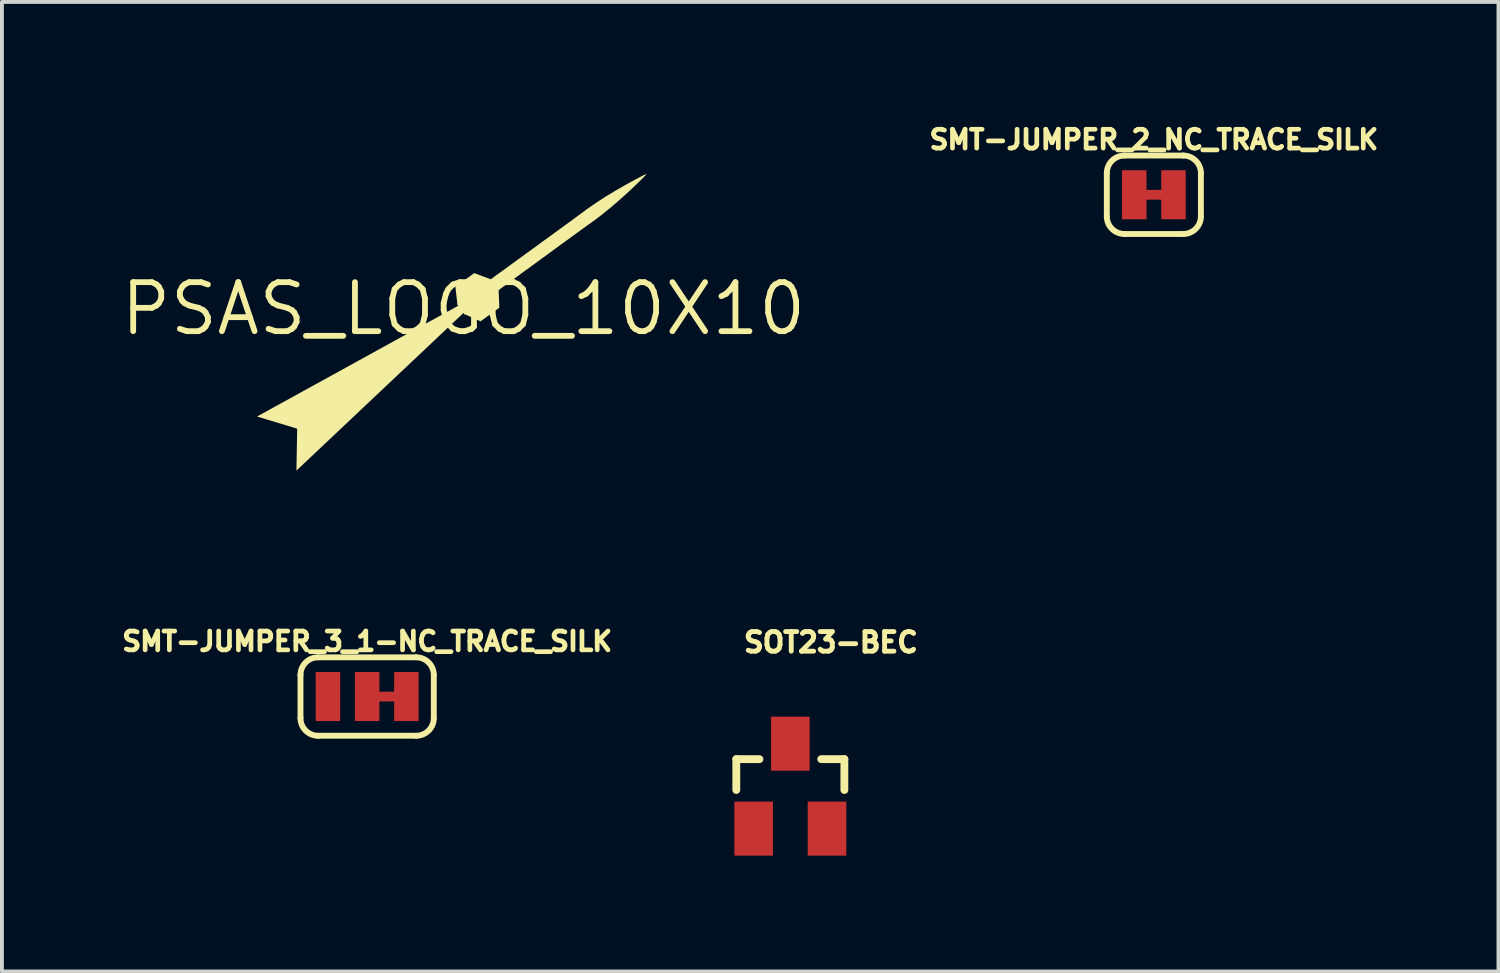
<source format=kicad_pcb>
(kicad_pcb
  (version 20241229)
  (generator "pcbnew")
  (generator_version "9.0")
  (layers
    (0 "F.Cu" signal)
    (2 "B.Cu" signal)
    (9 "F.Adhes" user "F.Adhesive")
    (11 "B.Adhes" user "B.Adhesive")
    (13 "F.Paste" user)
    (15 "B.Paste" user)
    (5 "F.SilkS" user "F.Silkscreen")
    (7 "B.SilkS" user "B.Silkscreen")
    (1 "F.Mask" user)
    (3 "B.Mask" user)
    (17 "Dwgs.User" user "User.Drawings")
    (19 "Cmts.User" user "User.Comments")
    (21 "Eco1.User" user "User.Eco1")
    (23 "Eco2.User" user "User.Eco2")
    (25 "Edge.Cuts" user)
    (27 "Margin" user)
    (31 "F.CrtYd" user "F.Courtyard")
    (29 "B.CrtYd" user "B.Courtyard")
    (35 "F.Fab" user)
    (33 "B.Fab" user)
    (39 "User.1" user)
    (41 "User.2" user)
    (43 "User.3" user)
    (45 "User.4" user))
  (footprint "SMT-JUMPER_2_NC_TRACE_SILK"
    (layer "F.Cu")
    (at 26.844 1.996)
    (property "Reference" "SMT-JUMPER_2_NC_TRACE_SILK" (at 0 -1.143 0) (layer "F.SilkS") (effects (font (size 0.488 0.488) (thickness 0.122)) (justify bottom)))
    (fp_line (start -0.508 0) (end 0.508 0) (stroke (width 0.254) (type solid)) (layer "F.Cu"))
    (fp_poly (pts (xy 0.254 0.191) (xy -0.254 0.191) (xy -0.254 -0.191) (xy 0.254 -0.191)) (stroke (width 0) (type solid)) (fill yes) (layer "F.Mask"))
    (fp_line (start -1.219 0.559) (end -1.219 -0.559) (stroke (width 0.152) (type solid)) (layer "F.SilkS"))
    (fp_line (start -0.762 -1.016) (end 0.762 -1.016) (stroke (width 0.152) (type solid)) (layer "F.SilkS"))
    (fp_line (start 0.762 1.016) (end -0.762 1.016) (stroke (width 0.152) (type solid)) (layer "F.SilkS"))
    (fp_line (start 1.219 0.559) (end 1.219 -0.559) (stroke (width 0.152) (type solid)) (layer "F.SilkS"))
    (fp_arc (start -1.2192 -0.5588) (mid -1.085289 -0.882089) (end -0.762 -1.016) (stroke (width 0.1524) (type solid)) (layer "F.SilkS"))
    (fp_arc (start -0.762 1.016) (mid -1.085289 0.882089) (end -1.2192 0.5588) (stroke (width 0.1524) (type solid)) (layer "F.SilkS"))
    (fp_arc (start 0.762 -1.016) (mid 1.085289 -0.882089) (end 1.2192 -0.5588) (stroke (width 0.1524) (type solid)) (layer "F.SilkS"))
    (fp_arc (start 1.2192 0.5588) (mid 1.085289 0.882089) (end 0.762 1.016) (stroke (width 0.1524) (type solid)) (layer "F.SilkS"))
    (pad "1" smd rect (at -0.508 0) (size 0.635 1.27) (layers "F.Cu" "F.Mask"))
    (pad "2" smd rect (at 0.508 0) (size 0.635 1.27) (layers "F.Cu" "F.Mask")))
  (footprint "SMT-JUMPER_3_1-NC_TRACE_SILK"
    (layer "F.Cu")
    (at 6.462 14.996)
    (property "Reference" "SMT-JUMPER_3_1-NC_TRACE_SILK" (at 0 -1.143 0) (layer "F.SilkS") (effects (font (size 0.488 0.488) (thickness 0.122)) (justify bottom)))
    (fp_line (start 0 0) (end 1.016 0) (stroke (width 0.254) (type solid)) (layer "F.Cu"))
    (fp_poly (pts (xy 0.762 0.191) (xy 0.254 0.191) (xy 0.254 -0.191) (xy 0.762 -0.191)) (stroke (width 0) (type solid)) (fill yes) (layer "F.Mask"))
    (fp_line (start -1.727 0.559) (end -1.727 -0.559) (stroke (width 0.152) (type solid)) (layer "F.SilkS"))
    (fp_line (start -1.27 -1.016) (end 1.27 -1.016) (stroke (width 0.152) (type solid)) (layer "F.SilkS"))
    (fp_line (start 1.27 1.016) (end -1.27 1.016) (stroke (width 0.152) (type solid)) (layer "F.SilkS"))
    (fp_line (start 1.727 0.559) (end 1.727 -0.559) (stroke (width 0.152) (type solid)) (layer "F.SilkS"))
    (fp_arc (start -1.7272 -0.5588) (mid -1.593289 -0.882089) (end -1.27 -1.016) (stroke (width 0.1524) (type solid)) (layer "F.SilkS"))
    (fp_arc (start -1.27 1.016) (mid -1.593289 0.882089) (end -1.7272 0.5588) (stroke (width 0.1524) (type solid)) (layer "F.SilkS"))
    (fp_arc (start 1.27 -1.016) (mid 1.593289 -0.882089) (end 1.7272 -0.5588) (stroke (width 0.1524) (type solid)) (layer "F.SilkS"))
    (fp_arc (start 1.7272 0.5588) (mid 1.593289 0.882089) (end 1.27 1.016) (stroke (width 0.1524) (type solid)) (layer "F.SilkS"))
    (pad "1" smd rect (at -1.016 0) (size 0.635 1.27) (layers "F.Cu" "F.Mask"))
    (pad "2" smd rect (at 0 0) (size 0.635 1.27) (layers "F.Cu" "F.Mask"))
    (pad "3" smd rect (at 1.016 0) (size 0.635 1.27) (layers "F.Cu" "F.Mask")))
  (footprint "PSAS_LOGO_10X10"
    (layer "F.Cu")
    (at 8.958 4.95)
    (property "Reference" "PSAS_LOGO_10X10" (at 0 0 0) (layer "F.SilkS") (effects (font (size 1.27 1.27) (thickness 0.15))))
    (fp_poly (pts (xy 1.001 0.896) (xy 0.518 0.896) (xy 0.518 1.303) (xy 1.001 1.303) (xy 1.001 1.682) (xy 0.518 1.682) (xy 0.518 2.231) (xy 0.141 2.231) (xy 0.141 0.837) (xy 0.169 0.734) (xy 0.245 0.621) (xy 0.358 0.545) (xy 0.462 0.517) (xy 1.001 0.517)) (stroke (width 0) (type solid)) (fill yes) (layer "F.Mask"))
    (fp_poly (pts (xy 1.637 0.545) (xy 1.751 0.621) (xy 1.827 0.734) (xy 1.856 0.837) (xy 1.856 2.231) (xy 1.474 2.231) (xy 1.474 1.682) (xy 0.991 1.682) (xy 0.991 1.303) (xy 1.474 1.303) (xy 1.474 0.896) (xy 0.991 0.896) (xy 0.991 0.517) (xy 1.533 0.517)) (stroke (width 0) (type solid)) (fill yes) (layer "F.Mask"))
    (fp_poly (pts (xy -3.865 0.52) (xy -3.363 0.52) (xy -3.363 0.896) (xy -3.851 0.896) (xy -3.851 1.291) (xy -3.363 1.291) (xy -3.363 1.672) (xy -3.851 1.672) (xy -3.851 2.231) (xy -4.228 2.231) (xy -4.228 0.901) (xy -4.23 0.864) (xy -4.205 0.75) (xy -4.129 0.628) (xy -4.011 0.548) (xy -3.901 0.519)) (stroke (width 0) (type solid)) (fill yes) (layer "F.Mask"))
    (fp_poly (pts (xy -2.729 0.548) (xy -2.615 0.624) (xy -2.538 0.737) (xy -2.51 0.84) (xy -2.51 1.35) (xy -2.538 1.453) (xy -2.615 1.566) (xy -2.729 1.642) (xy -2.833 1.67) (xy -2.867 1.67) (xy -3.369 1.672) (xy -3.369 1.291) (xy -2.891 1.291) (xy -2.891 0.896) (xy -3.369 0.896) (xy -3.369 0.52) (xy -2.833 0.52)) (stroke (width 0) (type solid)) (fill yes) (layer "F.Mask"))
    (fp_poly (pts (xy -0.598 0.545) (xy -0.485 0.621) (xy -0.409 0.734) (xy -0.38 0.837) (xy -0.38 1.036) (xy -0.762 1.036) (xy -0.762 0.896) (xy -1.718 0.896) (xy -1.718 1.185) (xy -0.701 1.185) (xy -0.598 1.212) (xy -0.485 1.288) (xy -0.409 1.401) (xy -0.38 1.505) (xy -0.38 1.911) (xy -0.409 2.015) (xy -0.485 2.128) (xy -0.598 2.204) (xy -0.701 2.231) (xy -1.774 2.231) (xy -1.878 2.204) (xy -1.991 2.128) (xy -2.067 2.015) (xy -2.095 1.911) (xy -2.095 1.712) (xy -1.718 1.712) (xy -1.718 1.852) (xy -0.762 1.852) (xy -0.762 1.564) (xy -1.774 1.564) (xy -1.878 1.536) (xy -1.991 1.46) (xy -2.067 1.347) (xy -2.095 1.243) (xy -2.095 0.837) (xy -2.067 0.734) (xy -1.991 0.621) (xy -1.878 0.545) (xy -1.774 0.517) (xy -0.701 0.517)) (stroke (width 0) (type solid)) (fill yes) (layer "F.Mask"))
    (fp_poly (pts (xy 3.873 0.545) (xy 3.986 0.621) (xy 4.063 0.734) (xy 4.091 0.837) (xy 4.091 1.036) (xy 3.709 1.036) (xy 3.709 0.896) (xy 2.754 0.896) (xy 2.754 1.185) (xy 3.77 1.185) (xy 3.873 1.212) (xy 3.986 1.288) (xy 4.063 1.401) (xy 4.091 1.505) (xy 4.091 1.911) (xy 4.063 2.015) (xy 3.986 2.128) (xy 3.873 2.204) (xy 3.77 2.231) (xy 2.697 2.231) (xy 2.593 2.204) (xy 2.48 2.128) (xy 2.404 2.015) (xy 2.377 1.911) (xy 2.377 1.712) (xy 2.754 1.712) (xy 2.754 1.852) (xy 3.709 1.852) (xy 3.709 1.564) (xy 2.697 1.564) (xy 2.593 1.536) (xy 2.48 1.46) (xy 2.404 1.347) (xy 2.377 1.243) (xy 2.377 0.837) (xy 2.404 0.734) (xy 2.48 0.621) (xy 2.593 0.545) (xy 2.697 0.517) (xy 3.77 0.517)) (stroke (width 0) (type solid)) (fill yes) (layer "F.Mask"))
    (fp_poly (pts (xy 0.051 -4.368) (xy 0.341 -4.223) (xy 0.613 -3.99) (xy 0.864 -3.676) (xy 1.093 -3.286) (xy 1.298 -2.827) (xy 1.478 -2.305) (xy 1.597 -1.872) (xy 1.632 -1.72) (xy 1.617 -1.72) (xy 1.595 -1.72) (xy 1.562 -1.857) (xy 1.446 -2.255) (xy 1.267 -2.735) (xy 1.063 -3.157) (xy 0.837 -3.515) (xy 0.594 -3.803) (xy 0.337 -4.016) (xy 0.07 -4.148) (xy -0.135 -4.193) (xy -0.286 -4.193) (xy -0.539 -4.123) (xy -0.861 -3.92) (xy -1.163 -3.596) (xy -1.44 -3.161) (xy -1.685 -2.627) (xy -1.894 -2.004) (xy -2.061 -1.305) (xy -2.158 -0.732) (xy -2.18 -0.54) (xy -2.183 -0.518) (xy -2.186 -0.452) (xy -2.185 -0.358) (xy -2.178 -0.274) (xy -2.17 -0.232) (xy -2.164 -0.218) (xy -2.175 -0.206) (xy -2.252 -0.165) (xy -2.377 -0.143) (xy -2.41 -0.144) (xy -2.427 -0.144) (xy -2.479 -0.153) (xy -2.544 -0.172) (xy -2.595 -0.195) (xy -2.618 -0.21) (xy -2.623 -0.218) (xy -2.613 -0.246) (xy -2.568 -0.379) (xy -2.536 -0.511) (xy -2.533 -0.537) (xy -2.512 -0.74) (xy -2.409 -1.343) (xy -2.222 -2.083) (xy -1.979 -2.743) (xy -1.692 -3.312) (xy -1.367 -3.776) (xy -1.013 -4.124) (xy -0.64 -4.342) (xy -0.353 -4.417) (xy -0.18 -4.417)) (stroke (width 0) (type solid)) (fill yes) (layer "F.Mask"))
    (fp_poly (pts (xy 0.994 -0.546) (xy 0.911 -0.485) (xy 0.929 -0.027) (xy 0.441 0.325) (xy 0.047 0.147) (xy 0.034 0.156) (xy -0.000198 0.108) (xy -4.328 4.192) (xy -4.309 3.106) (xy -5.349 2.791) (xy -0.136 -0.079) (xy -0.171 -0.127) (xy -0.159 -0.135) (xy -0.21 -0.567) (xy 0.276 -0.924) (xy 0.707 -0.765) (xy 0.79 -0.826) (xy 1.046 -1.011) (xy 1.407 -1.274) (xy 1.774 -1.541) (xy 2.13 -1.8) (xy 2.46 -2.04) (xy 2.748 -2.25) (xy 2.978 -2.419) (xy 3.096 -2.505) (xy 3.135 -2.534) (xy 3.2 -2.583) (xy 3.401 -2.723) (xy 3.672 -2.9) (xy 3.937 -3.06) (xy 4.181 -3.201) (xy 4.393 -3.317) (xy 4.56 -3.406) (xy 4.669 -3.462) (xy 4.709 -3.481) (xy 4.742 -3.49) (xy 4.72 -3.462) (xy 4.689 -3.43) (xy 4.603 -3.343) (xy 4.468 -3.211) (xy 4.292 -3.045) (xy 4.083 -2.856) (xy 3.85 -2.653) (xy 3.599 -2.449) (xy 3.404 -2.3) (xy 3.338 -2.253) (xy 3.298 -2.225) (xy 3.18 -2.14) (xy 2.949 -1.972) (xy 2.661 -1.763) (xy 2.332 -1.523) (xy 1.976 -1.263) (xy 1.61 -0.996) (xy 1.249 -0.732)) (stroke (width 0) (type solid)) (fill yes) (layer "F.SilkS"))
    (zone (net_name "") (layer "F.Cu") (hatch edge 0.508) (connect_pads) (min_thickness 0.254) (filled_areas_thickness no) (keepout (tracks not_allowed) (vias not_allowed) (pads not_allowed) (copperpour not_allowed) (footprints allowed)) (placement (enabled no)) (fill) (polygon (pts (xy 10.312 2.709) (xy 10.362 2.875) (xy 10.425 3.099) (xy 10.156 3.059) (xy 9.193 2.995) (xy 8.551 2.995) (xy 7.587 3.059) (xy 7.12 3.129) (xy 7.137 3.025) (xy 7.154 2.956) (xy 7.36 2.343) (xy 7.6 1.819) (xy 7.869 1.397) (xy 8.157 1.088) (xy 8.457 0.899) (xy 8.683 0.837) (xy 8.812 0.837) (xy 8.995 0.877) (xy 9.241 0.999) (xy 9.483 1.199) (xy 9.717 1.476) (xy 9.937 1.823) (xy 10.137 2.236))))
    (zone (net_name "") (layer "F.Cu") (hatch edge 0.508) (connect_pads) (min_thickness 0.254) (filled_areas_thickness no) (keepout (tracks not_allowed) (vias not_allowed) (pads not_allowed) (copperpour not_allowed) (footprints allowed)) (placement (enabled no)) (fill) (polygon (pts (xy 8.969 0.466) (xy 8.82 0.438) (xy 8.625 0.438) (xy 8.312 0.52) (xy 7.918 0.75) (xy 7.55 1.112) (xy 7.216 1.589) (xy 6.923 2.169) (xy 6.677 2.839) (xy 6.605 3.126) (xy 6.582 3.23) (xy 6.373 3.262) (xy 5.167 3.566) (xy 4.358 3.841) (xy 4.271 4.188) (xy 4.221 4.521) (xy 4.196 4.882) (xy 4.197 5.118) (xy 4.221 5.48) (xy 4.293 5.95) (xy 4.409 6.401) (xy 4.567 6.833) (xy 4.765 7.244) (xy 5.001 7.633) (xy 5.272 7.995) (xy 5.576 8.329) (xy 5.91 8.633) (xy 6.273 8.905) (xy 6.661 9.14) (xy 7.072 9.338) (xy 7.505 9.497) (xy 7.956 9.613) (xy 8.426 9.684) (xy 8.787 9.709) (xy 8.969 9.709) (xy 8.969 10) (xy 8.777 10) (xy 8.394 9.974) (xy 7.897 9.898) (xy 7.418 9.775) (xy 6.959 9.607) (xy 6.522 9.397) (xy 6.109 9.146) (xy 5.725 8.858) (xy 5.37 8.536) (xy 5.047 8.181) (xy 4.759 7.796) (xy 4.509 7.384) (xy 4.298 6.947) (xy 4.13 6.487) (xy 4.007 6.008) (xy 3.931 5.512) (xy 3.905 5.128) (xy 3.905 4.872) (xy 3.931 4.489) (xy 3.996 4.064) (xy 4.009 3.981) (xy 4.13 3.513) (xy 4.298 3.054) (xy 4.508 2.617) (xy 4.759 2.204) (xy 5.047 1.82) (xy 5.369 1.464) (xy 5.724 1.142) (xy 6.109 0.854) (xy 6.522 0.603) (xy 6.959 0.393) (xy 7.418 0.225) (xy 7.897 0.101) (xy 8.394 0.026) (xy 8.777 0) (xy 8.969 0))))
    (zone (net_name "") (layer "F.Cu") (hatch edge 0.508) (connect_pads) (min_thickness 0.254) (filled_areas_thickness no) (keepout (tracks not_allowed) (vias not_allowed) (pads not_allowed) (copperpour not_allowed) (footprints allowed)) (placement (enabled no)) (fill) (polygon (pts (xy 8.969 10) (xy 9.033 10) (xy 9.416 9.974) (xy 9.913 9.898) (xy 10.392 9.775) (xy 10.851 9.607) (xy 11.288 9.397) (xy 11.701 9.146) (xy 12.086 8.858) (xy 12.441 8.536) (xy 12.763 8.181) (xy 13.051 7.796) (xy 13.302 7.384) (xy 13.512 6.947) (xy 13.681 6.487) (xy 13.804 6.008) (xy 13.88 5.512) (xy 13.905 5.128) (xy 13.905 4.872) (xy 13.879 4.489) (xy 13.815 4.067) (xy 13.801 3.981) (xy 13.8 3.981) (xy 13.68 3.513) (xy 13.512 3.054) (xy 13.301 2.617) (xy 13.051 2.204) (xy 12.763 1.82) (xy 12.44 1.464) (xy 12.085 1.142) (xy 11.7 0.854) (xy 11.288 0.603) (xy 10.851 0.393) (xy 10.392 0.225) (xy 9.913 0.101) (xy 9.416 0.026) (xy 9.033 0) (xy 8.969 0) (xy 8.969 0.466) (xy 9.069 0.491) (xy 9.072 0.492) (xy 9.383 0.647) (xy 9.671 0.893) (xy 9.932 1.22) (xy 10.167 1.621) (xy 10.377 2.088) (xy 10.558 2.617) (xy 10.702 3.151) (xy 11.438 3.261) (xy 12.644 3.566) (xy 13.474 3.849) (xy 13.538 4.188) (xy 13.589 4.521) (xy 13.614 4.882) (xy 13.614 5.119) (xy 13.59 5.48) (xy 13.518 5.95) (xy 13.402 6.401) (xy 13.244 6.833) (xy 13.046 7.244) (xy 12.81 7.633) (xy 12.538 7.995) (xy 12.234 8.329) (xy 11.9 8.633) (xy 11.537 8.905) (xy 11.149 9.14) (xy 10.738 9.338) (xy 10.305 9.497) (xy 9.854 9.613) (xy 9.384 9.684) (xy 9.023 9.709) (xy 8.969 9.709)))))
  (footprint "SOT23-BEC"
    (layer "F.Cu")
    (at 17.426 17.318)
    (property "Reference" "SOT23-BEC" (at -1.27 -3.429 0) (layer "F.SilkS") (effects (font (size 0.508 0.508) (thickness 0.127)) (justify left bottom)))
    (fp_line (start -1.4 -0.7) (end -1.4 0.1) (stroke (width 0.203) (type solid)) (layer "F.SilkS"))
    (fp_line (start -0.8 -0.7) (end -1.4 -0.7) (stroke (width 0.203) (type solid)) (layer "F.SilkS"))
    (fp_line (start 0.8 -0.7) (end 1.4 -0.7) (stroke (width 0.203) (type solid)) (layer "F.SilkS"))
    (fp_line (start 1.4 -0.7) (end 1.4 0.1) (stroke (width 0.203) (type solid)) (layer "F.SilkS"))
    (pad "B" smd rect (at -0.95 1.1) (size 1 1.4) (layers "F.Cu" "F.Mask" "F.Paste"))
    (pad "C" smd rect (at 0 -1.1) (size 1 1.4) (layers "F.Cu" "F.Mask" "F.Paste"))
    (pad "E" smd rect (at 0.95 1.1) (size 1 1.4) (layers "F.Cu" "F.Mask" "F.Paste")))
  (gr_rect
    (start -3 -3)
    (end 35.772 22.118)
    (stroke (width 0.1) (type default))
    (fill no)
    (layer "Edge.Cuts")))
</source>
